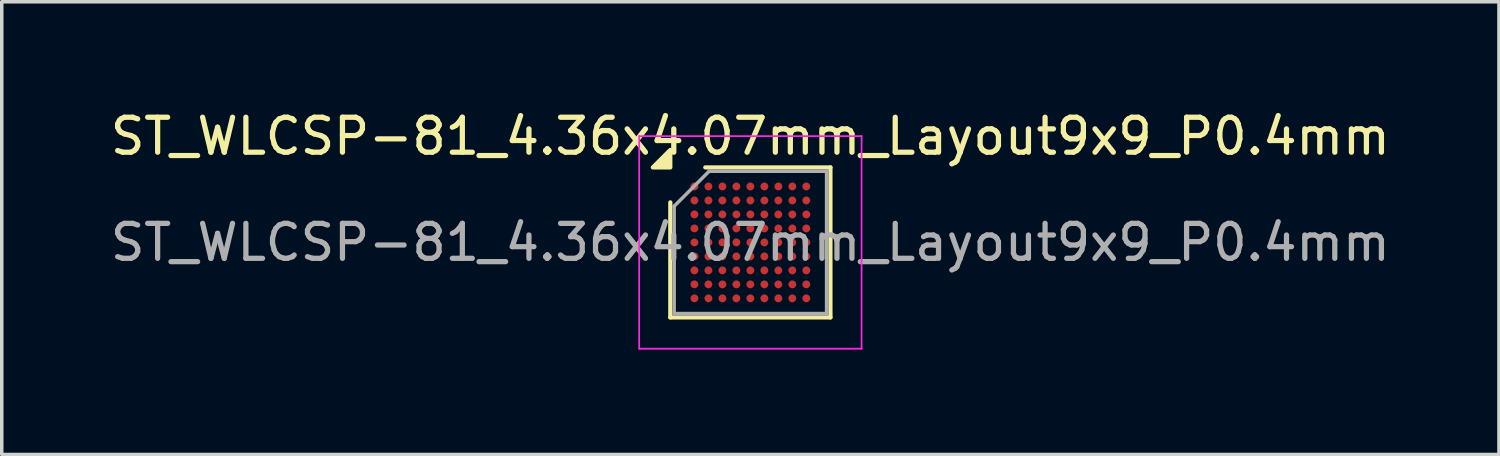
<source format=kicad_pcb>
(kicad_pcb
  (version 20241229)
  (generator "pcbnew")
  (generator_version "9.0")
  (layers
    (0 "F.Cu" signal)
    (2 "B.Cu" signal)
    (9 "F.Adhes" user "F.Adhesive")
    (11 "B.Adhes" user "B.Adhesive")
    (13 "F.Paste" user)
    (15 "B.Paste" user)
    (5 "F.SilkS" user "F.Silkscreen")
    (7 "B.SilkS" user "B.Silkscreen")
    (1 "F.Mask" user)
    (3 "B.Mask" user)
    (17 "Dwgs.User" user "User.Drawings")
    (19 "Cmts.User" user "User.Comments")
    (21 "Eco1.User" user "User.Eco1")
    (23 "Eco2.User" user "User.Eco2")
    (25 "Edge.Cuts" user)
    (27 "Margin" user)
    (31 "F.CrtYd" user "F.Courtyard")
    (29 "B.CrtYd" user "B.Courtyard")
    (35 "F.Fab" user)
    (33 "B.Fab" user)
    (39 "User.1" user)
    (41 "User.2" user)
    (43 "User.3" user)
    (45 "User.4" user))
  (footprint "ST_WLCSP-81_4.36x4.07mm_Layout9x9_P0.4mm"
    (layer "F.Cu")
    (at 18.411 3.883)
    (property "Reference" "ST_WLCSP-81_4.36x4.07mm_Layout9x9_P0.4mm" (at 0 -3.035 0) (layer "F.SilkS") (effects (font (size 1 1) (thickness 0.15))))
    (attr smd)
    (fp_line (start -2.29 2.145) (end -2.29 -1.145) (stroke (width 0.12) (type solid)) (layer "F.SilkS"))
    (fp_line (start -1.29 -2.145) (end 2.29 -2.145) (stroke (width 0.12) (type solid)) (layer "F.SilkS"))
    (fp_line (start 2.29 -2.145) (end 2.29 2.145) (stroke (width 0.12) (type solid)) (layer "F.SilkS"))
    (fp_line (start 2.29 2.145) (end -2.29 2.145) (stroke (width 0.12) (type solid)) (layer "F.SilkS"))
    (fp_poly (pts (xy -2.29 -2.145) (xy -2.79 -2.145) (xy -2.29 -2.645) (xy -2.29 -2.145)) (stroke (width 0.12) (type solid)) (fill yes) (layer "F.SilkS"))
    (fp_line (start -3.18 -3.04) (end -3.18 3.04) (stroke (width 0.05) (type solid)) (layer "F.CrtYd"))
    (fp_line (start -3.18 3.04) (end 3.18 3.04) (stroke (width 0.05) (type solid)) (layer "F.CrtYd"))
    (fp_line (start 3.18 -3.04) (end -3.18 -3.04) (stroke (width 0.05) (type solid)) (layer "F.CrtYd"))
    (fp_line (start 3.18 3.04) (end 3.18 -3.04) (stroke (width 0.05) (type solid)) (layer "F.CrtYd"))
    (fp_line (start -2.18 -1.035) (end -1.18 -2.035) (stroke (width 0.1) (type solid)) (layer "F.Fab"))
    (fp_line (start -2.18 2.035) (end -2.18 -1.035) (stroke (width 0.1) (type solid)) (layer "F.Fab"))
    (fp_line (start -1.18 -2.035) (end 2.18 -2.035) (stroke (width 0.1) (type solid)) (layer "F.Fab"))
    (fp_line (start 2.18 -2.035) (end 2.18 2.035) (stroke (width 0.1) (type solid)) (layer "F.Fab"))
    (fp_line (start 2.18 2.035) (end -2.18 2.035) (stroke (width 0.1) (type solid)) (layer "F.Fab"))
    (fp_text user "${REFERENCE}" (at 0 0 0) (layer "F.Fab") (effects (font (size 1 1) (thickness 0.15))))
    (pad "A1" smd circle (at -1.6 -1.6) (size 0.225 0.225) (property pad_prop_bga) (layers "F.Cu" "F.Mask" "F.Paste"))
    (pad "A2" smd circle (at -1.2 -1.6) (size 0.225 0.225) (property pad_prop_bga) (layers "F.Cu" "F.Mask" "F.Paste"))
    (pad "A3" smd circle (at -0.8 -1.6) (size 0.225 0.225) (property pad_prop_bga) (layers "F.Cu" "F.Mask" "F.Paste"))
    (pad "A4" smd circle (at -0.4 -1.6) (size 0.225 0.225) (property pad_prop_bga) (layers "F.Cu" "F.Mask" "F.Paste"))
    (pad "A5" smd circle (at 0 -1.6) (size 0.225 0.225) (property pad_prop_bga) (layers "F.Cu" "F.Mask" "F.Paste"))
    (pad "A6" smd circle (at 0.4 -1.6) (size 0.225 0.225) (property pad_prop_bga) (layers "F.Cu" "F.Mask" "F.Paste"))
    (pad "A7" smd circle (at 0.8 -1.6) (size 0.225 0.225) (property pad_prop_bga) (layers "F.Cu" "F.Mask" "F.Paste"))
    (pad "A8" smd circle (at 1.2 -1.6) (size 0.225 0.225) (property pad_prop_bga) (layers "F.Cu" "F.Mask" "F.Paste"))
    (pad "A9" smd circle (at 1.6 -1.6) (size 0.225 0.225) (property pad_prop_bga) (layers "F.Cu" "F.Mask" "F.Paste"))
    (pad "B1" smd circle (at -1.6 -1.2) (size 0.225 0.225) (property pad_prop_bga) (layers "F.Cu" "F.Mask" "F.Paste"))
    (pad "B2" smd circle (at -1.2 -1.2) (size 0.225 0.225) (property pad_prop_bga) (layers "F.Cu" "F.Mask" "F.Paste"))
    (pad "B3" smd circle (at -0.8 -1.2) (size 0.225 0.225) (property pad_prop_bga) (layers "F.Cu" "F.Mask" "F.Paste"))
    (pad "B4" smd circle (at -0.4 -1.2) (size 0.225 0.225) (property pad_prop_bga) (layers "F.Cu" "F.Mask" "F.Paste"))
    (pad "B5" smd circle (at 0 -1.2) (size 0.225 0.225) (property pad_prop_bga) (layers "F.Cu" "F.Mask" "F.Paste"))
    (pad "B6" smd circle (at 0.4 -1.2) (size 0.225 0.225) (property pad_prop_bga) (layers "F.Cu" "F.Mask" "F.Paste"))
    (pad "B7" smd circle (at 0.8 -1.2) (size 0.225 0.225) (property pad_prop_bga) (layers "F.Cu" "F.Mask" "F.Paste"))
    (pad "B8" smd circle (at 1.2 -1.2) (size 0.225 0.225) (property pad_prop_bga) (layers "F.Cu" "F.Mask" "F.Paste"))
    (pad "B9" smd circle (at 1.6 -1.2) (size 0.225 0.225) (property pad_prop_bga) (layers "F.Cu" "F.Mask" "F.Paste"))
    (pad "C1" smd circle (at -1.6 -0.8) (size 0.225 0.225) (property pad_prop_bga) (layers "F.Cu" "F.Mask" "F.Paste"))
    (pad "C2" smd circle (at -1.2 -0.8) (size 0.225 0.225) (property pad_prop_bga) (layers "F.Cu" "F.Mask" "F.Paste"))
    (pad "C3" smd circle (at -0.8 -0.8) (size 0.225 0.225) (property pad_prop_bga) (layers "F.Cu" "F.Mask" "F.Paste"))
    (pad "C4" smd circle (at -0.4 -0.8) (size 0.225 0.225) (property pad_prop_bga) (layers "F.Cu" "F.Mask" "F.Paste"))
    (pad "C5" smd circle (at 0 -0.8) (size 0.225 0.225) (property pad_prop_bga) (layers "F.Cu" "F.Mask" "F.Paste"))
    (pad "C6" smd circle (at 0.4 -0.8) (size 0.225 0.225) (property pad_prop_bga) (layers "F.Cu" "F.Mask" "F.Paste"))
    (pad "C7" smd circle (at 0.8 -0.8) (size 0.225 0.225) (property pad_prop_bga) (layers "F.Cu" "F.Mask" "F.Paste"))
    (pad "C8" smd circle (at 1.2 -0.8) (size 0.225 0.225) (property pad_prop_bga) (layers "F.Cu" "F.Mask" "F.Paste"))
    (pad "C9" smd circle (at 1.6 -0.8) (size 0.225 0.225) (property pad_prop_bga) (layers "F.Cu" "F.Mask" "F.Paste"))
    (pad "D1" smd circle (at -1.6 -0.4) (size 0.225 0.225) (property pad_prop_bga) (layers "F.Cu" "F.Mask" "F.Paste"))
    (pad "D2" smd circle (at -1.2 -0.4) (size 0.225 0.225) (property pad_prop_bga) (layers "F.Cu" "F.Mask" "F.Paste"))
    (pad "D3" smd circle (at -0.8 -0.4) (size 0.225 0.225) (property pad_prop_bga) (layers "F.Cu" "F.Mask" "F.Paste"))
    (pad "D4" smd circle (at -0.4 -0.4) (size 0.225 0.225) (property pad_prop_bga) (layers "F.Cu" "F.Mask" "F.Paste"))
    (pad "D5" smd circle (at 0 -0.4) (size 0.225 0.225) (property pad_prop_bga) (layers "F.Cu" "F.Mask" "F.Paste"))
    (pad "D6" smd circle (at 0.4 -0.4) (size 0.225 0.225) (property pad_prop_bga) (layers "F.Cu" "F.Mask" "F.Paste"))
    (pad "D7" smd circle (at 0.8 -0.4) (size 0.225 0.225) (property pad_prop_bga) (layers "F.Cu" "F.Mask" "F.Paste"))
    (pad "D8" smd circle (at 1.2 -0.4) (size 0.225 0.225) (property pad_prop_bga) (layers "F.Cu" "F.Mask" "F.Paste"))
    (pad "D9" smd circle (at 1.6 -0.4) (size 0.225 0.225) (property pad_prop_bga) (layers "F.Cu" "F.Mask" "F.Paste"))
    (pad "E1" smd circle (at -1.6 0) (size 0.225 0.225) (property pad_prop_bga) (layers "F.Cu" "F.Mask" "F.Paste"))
    (pad "E2" smd circle (at -1.2 0) (size 0.225 0.225) (property pad_prop_bga) (layers "F.Cu" "F.Mask" "F.Paste"))
    (pad "E3" smd circle (at -0.8 0) (size 0.225 0.225) (property pad_prop_bga) (layers "F.Cu" "F.Mask" "F.Paste"))
    (pad "E4" smd circle (at -0.4 0) (size 0.225 0.225) (property pad_prop_bga) (layers "F.Cu" "F.Mask" "F.Paste"))
    (pad "E5" smd circle (at 0 0) (size 0.225 0.225) (property pad_prop_bga) (layers "F.Cu" "F.Mask" "F.Paste"))
    (pad "E6" smd circle (at 0.4 0) (size 0.225 0.225) (property pad_prop_bga) (layers "F.Cu" "F.Mask" "F.Paste"))
    (pad "E7" smd circle (at 0.8 0) (size 0.225 0.225) (property pad_prop_bga) (layers "F.Cu" "F.Mask" "F.Paste"))
    (pad "E8" smd circle (at 1.2 0) (size 0.225 0.225) (property pad_prop_bga) (layers "F.Cu" "F.Mask" "F.Paste"))
    (pad "E9" smd circle (at 1.6 0) (size 0.225 0.225) (property pad_prop_bga) (layers "F.Cu" "F.Mask" "F.Paste"))
    (pad "F1" smd circle (at -1.6 0.4) (size 0.225 0.225) (property pad_prop_bga) (layers "F.Cu" "F.Mask" "F.Paste"))
    (pad "F2" smd circle (at -1.2 0.4) (size 0.225 0.225) (property pad_prop_bga) (layers "F.Cu" "F.Mask" "F.Paste"))
    (pad "F3" smd circle (at -0.8 0.4) (size 0.225 0.225) (property pad_prop_bga) (layers "F.Cu" "F.Mask" "F.Paste"))
    (pad "F4" smd circle (at -0.4 0.4) (size 0.225 0.225) (property pad_prop_bga) (layers "F.Cu" "F.Mask" "F.Paste"))
    (pad "F5" smd circle (at 0 0.4) (size 0.225 0.225) (property pad_prop_bga) (layers "F.Cu" "F.Mask" "F.Paste"))
    (pad "F6" smd circle (at 0.4 0.4) (size 0.225 0.225) (property pad_prop_bga) (layers "F.Cu" "F.Mask" "F.Paste"))
    (pad "F7" smd circle (at 0.8 0.4) (size 0.225 0.225) (property pad_prop_bga) (layers "F.Cu" "F.Mask" "F.Paste"))
    (pad "F8" smd circle (at 1.2 0.4) (size 0.225 0.225) (property pad_prop_bga) (layers "F.Cu" "F.Mask" "F.Paste"))
    (pad "F9" smd circle (at 1.6 0.4) (size 0.225 0.225) (property pad_prop_bga) (layers "F.Cu" "F.Mask" "F.Paste"))
    (pad "G1" smd circle (at -1.6 0.8) (size 0.225 0.225) (property pad_prop_bga) (layers "F.Cu" "F.Mask" "F.Paste"))
    (pad "G2" smd circle (at -1.2 0.8) (size 0.225 0.225) (property pad_prop_bga) (layers "F.Cu" "F.Mask" "F.Paste"))
    (pad "G3" smd circle (at -0.8 0.8) (size 0.225 0.225) (property pad_prop_bga) (layers "F.Cu" "F.Mask" "F.Paste"))
    (pad "G4" smd circle (at -0.4 0.8) (size 0.225 0.225) (property pad_prop_bga) (layers "F.Cu" "F.Mask" "F.Paste"))
    (pad "G5" smd circle (at 0 0.8) (size 0.225 0.225) (property pad_prop_bga) (layers "F.Cu" "F.Mask" "F.Paste"))
    (pad "G6" smd circle (at 0.4 0.8) (size 0.225 0.225) (property pad_prop_bga) (layers "F.Cu" "F.Mask" "F.Paste"))
    (pad "G7" smd circle (at 0.8 0.8) (size 0.225 0.225) (property pad_prop_bga) (layers "F.Cu" "F.Mask" "F.Paste"))
    (pad "G8" smd circle (at 1.2 0.8) (size 0.225 0.225) (property pad_prop_bga) (layers "F.Cu" "F.Mask" "F.Paste"))
    (pad "G9" smd circle (at 1.6 0.8) (size 0.225 0.225) (property pad_prop_bga) (layers "F.Cu" "F.Mask" "F.Paste"))
    (pad "H1" smd circle (at -1.6 1.2) (size 0.225 0.225) (property pad_prop_bga) (layers "F.Cu" "F.Mask" "F.Paste"))
    (pad "H2" smd circle (at -1.2 1.2) (size 0.225 0.225) (property pad_prop_bga) (layers "F.Cu" "F.Mask" "F.Paste"))
    (pad "H3" smd circle (at -0.8 1.2) (size 0.225 0.225) (property pad_prop_bga) (layers "F.Cu" "F.Mask" "F.Paste"))
    (pad "H4" smd circle (at -0.4 1.2) (size 0.225 0.225) (property pad_prop_bga) (layers "F.Cu" "F.Mask" "F.Paste"))
    (pad "H5" smd circle (at 0 1.2) (size 0.225 0.225) (property pad_prop_bga) (layers "F.Cu" "F.Mask" "F.Paste"))
    (pad "H6" smd circle (at 0.4 1.2) (size 0.225 0.225) (property pad_prop_bga) (layers "F.Cu" "F.Mask" "F.Paste"))
    (pad "H7" smd circle (at 0.8 1.2) (size 0.225 0.225) (property pad_prop_bga) (layers "F.Cu" "F.Mask" "F.Paste"))
    (pad "H8" smd circle (at 1.2 1.2) (size 0.225 0.225) (property pad_prop_bga) (layers "F.Cu" "F.Mask" "F.Paste"))
    (pad "H9" smd circle (at 1.6 1.2) (size 0.225 0.225) (property pad_prop_bga) (layers "F.Cu" "F.Mask" "F.Paste"))
    (pad "J1" smd circle (at -1.6 1.6) (size 0.225 0.225) (property pad_prop_bga) (layers "F.Cu" "F.Mask" "F.Paste"))
    (pad "J2" smd circle (at -1.2 1.6) (size 0.225 0.225) (property pad_prop_bga) (layers "F.Cu" "F.Mask" "F.Paste"))
    (pad "J3" smd circle (at -0.8 1.6) (size 0.225 0.225) (property pad_prop_bga) (layers "F.Cu" "F.Mask" "F.Paste"))
    (pad "J4" smd circle (at -0.4 1.6) (size 0.225 0.225) (property pad_prop_bga) (layers "F.Cu" "F.Mask" "F.Paste"))
    (pad "J5" smd circle (at 0 1.6) (size 0.225 0.225) (property pad_prop_bga) (layers "F.Cu" "F.Mask" "F.Paste"))
    (pad "J6" smd circle (at 0.4 1.6) (size 0.225 0.225) (property pad_prop_bga) (layers "F.Cu" "F.Mask" "F.Paste"))
    (pad "J7" smd circle (at 0.8 1.6) (size 0.225 0.225) (property pad_prop_bga) (layers "F.Cu" "F.Mask" "F.Paste"))
    (pad "J8" smd circle (at 1.2 1.6) (size 0.225 0.225) (property pad_prop_bga) (layers "F.Cu" "F.Mask" "F.Paste"))
    (pad "J9" smd circle (at 1.6 1.6) (size 0.225 0.225) (property pad_prop_bga) (layers "F.Cu" "F.Mask" "F.Paste")))
  (gr_rect
    (start -3 -3)
    (end 39.821 9.948)
    (stroke (width 0.1) (type default))
    (fill no)
    (layer "Edge.Cuts")))
</source>
